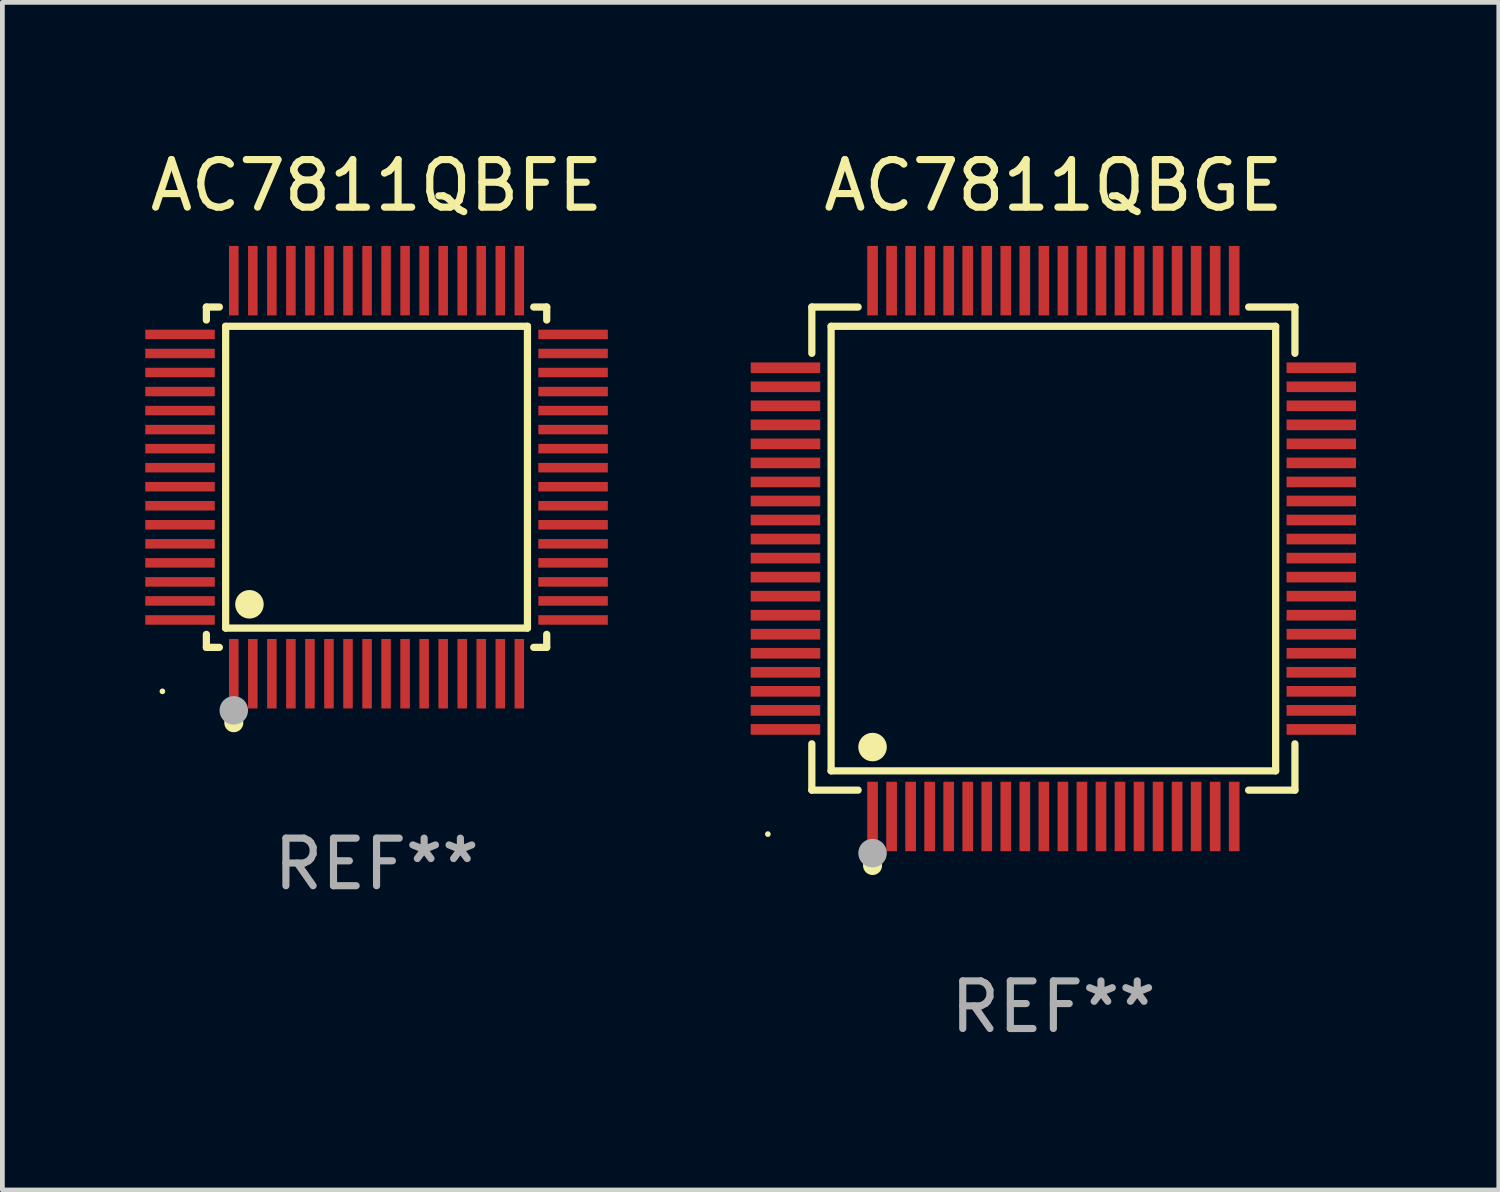
<source format=kicad_pcb>
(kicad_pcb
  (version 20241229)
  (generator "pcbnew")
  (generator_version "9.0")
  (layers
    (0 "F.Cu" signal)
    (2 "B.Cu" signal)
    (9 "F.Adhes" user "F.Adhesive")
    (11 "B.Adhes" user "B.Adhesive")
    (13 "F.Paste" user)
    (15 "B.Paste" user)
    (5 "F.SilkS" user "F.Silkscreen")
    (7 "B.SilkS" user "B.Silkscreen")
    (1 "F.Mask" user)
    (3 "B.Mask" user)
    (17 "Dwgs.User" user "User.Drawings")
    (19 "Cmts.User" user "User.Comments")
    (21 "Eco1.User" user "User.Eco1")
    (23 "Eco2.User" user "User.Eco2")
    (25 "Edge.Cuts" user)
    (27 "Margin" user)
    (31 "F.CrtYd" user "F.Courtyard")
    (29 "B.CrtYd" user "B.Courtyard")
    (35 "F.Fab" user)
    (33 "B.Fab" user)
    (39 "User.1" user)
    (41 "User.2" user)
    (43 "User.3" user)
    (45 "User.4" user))
  (footprint "AC7811QBGE"
    (layer "F.Cu")
    (at 19.086 8.478)
    (property "Reference" "AC7811QBGE" (at 0 -7.63 0) (layer "F.SilkS") (effects (font (size 1 1) (thickness 0.15))))
    (attr through_hole)
    (fp_line (start -5.076 -5.076) (end -4.103 -5.076) (stroke (width 0.152) (type solid)) (layer "F.SilkS"))
    (fp_line (start -5.076 -4.103) (end -5.076 -5.076) (stroke (width 0.152) (type solid)) (layer "F.SilkS"))
    (fp_line (start -5.076 4.103) (end -5.076 5.076) (stroke (width 0.152) (type solid)) (layer "F.SilkS"))
    (fp_line (start -5.076 5.076) (end -4.103 5.076) (stroke (width 0.152) (type solid)) (layer "F.SilkS"))
    (fp_line (start -4.671 -4.671) (end 4.671 -4.671) (stroke (width 0.152) (type solid)) (layer "F.SilkS"))
    (fp_line (start -4.671 4.671) (end -4.671 -4.671) (stroke (width 0.152) (type solid)) (layer "F.SilkS"))
    (fp_line (start 4.671 -4.671) (end 4.671 4.671) (stroke (width 0.152) (type solid)) (layer "F.SilkS"))
    (fp_line (start 4.671 4.671) (end -4.671 4.671) (stroke (width 0.152) (type solid)) (layer "F.SilkS"))
    (fp_line (start 5.076 -5.076) (end 4.103 -5.076) (stroke (width 0.152) (type solid)) (layer "F.SilkS"))
    (fp_line (start 5.076 -4.103) (end 5.076 -5.076) (stroke (width 0.152) (type solid)) (layer "F.SilkS"))
    (fp_line (start 5.076 4.103) (end 5.076 5.076) (stroke (width 0.152) (type solid)) (layer "F.SilkS"))
    (fp_line (start 5.076 5.076) (end 4.103 5.076) (stroke (width 0.152) (type solid)) (layer "F.SilkS"))
    (fp_circle (center -6 6) (end -5.97 6) (stroke (width 0.06) (type solid)) (fill no) (layer "F.SilkS"))
    (fp_circle (center -3.8 4.171) (end -3.65 4.171) (stroke (width 0.3) (type solid)) (fill no) (layer "F.SilkS"))
    (fp_circle (center -3.8 6.66) (end -3.7 6.66) (stroke (width 0.2) (type solid)) (fill no) (layer "F.SilkS"))
    (fp_circle (center -3.8 6.4) (end -3.65 6.4) (stroke (width 0.3) (type solid)) (fill no) (layer "F.Fab"))
    (fp_text user "REF**" (at 0 9.63 0) (layer "F.Fab") (effects (font (size 1 1) (thickness 0.15))))
    (pad "1" smd rect (at -3.8 5.63) (size 0.224 1.46) (layers "F.Cu" "F.Mask" "F.Paste"))
    (pad "2" smd rect (at -3.4 5.63) (size 0.224 1.46) (layers "F.Cu" "F.Mask" "F.Paste"))
    (pad "3" smd rect (at -3 5.63) (size 0.224 1.46) (layers "F.Cu" "F.Mask" "F.Paste"))
    (pad "4" smd rect (at -2.6 5.63) (size 0.224 1.46) (layers "F.Cu" "F.Mask" "F.Paste"))
    (pad "5" smd rect (at -2.2 5.63) (size 0.224 1.46) (layers "F.Cu" "F.Mask" "F.Paste"))
    (pad "6" smd rect (at -1.8 5.63) (size 0.224 1.46) (layers "F.Cu" "F.Mask" "F.Paste"))
    (pad "7" smd rect (at -1.4 5.63) (size 0.224 1.46) (layers "F.Cu" "F.Mask" "F.Paste"))
    (pad "8" smd rect (at -1 5.63) (size 0.224 1.46) (layers "F.Cu" "F.Mask" "F.Paste"))
    (pad "9" smd rect (at -0.6 5.63) (size 0.224 1.46) (layers "F.Cu" "F.Mask" "F.Paste"))
    (pad "10" smd rect (at -0.2 5.63) (size 0.224 1.46) (layers "F.Cu" "F.Mask" "F.Paste"))
    (pad "11" smd rect (at 0.2 5.63) (size 0.224 1.46) (layers "F.Cu" "F.Mask" "F.Paste"))
    (pad "12" smd rect (at 0.6 5.63) (size 0.224 1.46) (layers "F.Cu" "F.Mask" "F.Paste"))
    (pad "13" smd rect (at 1 5.63) (size 0.224 1.46) (layers "F.Cu" "F.Mask" "F.Paste"))
    (pad "14" smd rect (at 1.4 5.63) (size 0.224 1.46) (layers "F.Cu" "F.Mask" "F.Paste"))
    (pad "15" smd rect (at 1.8 5.63) (size 0.224 1.46) (layers "F.Cu" "F.Mask" "F.Paste"))
    (pad "16" smd rect (at 2.2 5.63) (size 0.224 1.46) (layers "F.Cu" "F.Mask" "F.Paste"))
    (pad "17" smd rect (at 2.6 5.63) (size 0.224 1.46) (layers "F.Cu" "F.Mask" "F.Paste"))
    (pad "18" smd rect (at 3 5.63) (size 0.224 1.46) (layers "F.Cu" "F.Mask" "F.Paste"))
    (pad "19" smd rect (at 3.4 5.63) (size 0.224 1.46) (layers "F.Cu" "F.Mask" "F.Paste"))
    (pad "20" smd rect (at 3.8 5.63) (size 0.224 1.46) (layers "F.Cu" "F.Mask" "F.Paste"))
    (pad "21" smd rect (at 5.63 3.8) (size 1.46 0.224) (layers "F.Cu" "F.Mask" "F.Paste"))
    (pad "22" smd rect (at 5.63 3.4) (size 1.46 0.224) (layers "F.Cu" "F.Mask" "F.Paste"))
    (pad "23" smd rect (at 5.63 3) (size 1.46 0.224) (layers "F.Cu" "F.Mask" "F.Paste"))
    (pad "24" smd rect (at 5.63 2.6) (size 1.46 0.224) (layers "F.Cu" "F.Mask" "F.Paste"))
    (pad "25" smd rect (at 5.63 2.2) (size 1.46 0.224) (layers "F.Cu" "F.Mask" "F.Paste"))
    (pad "26" smd rect (at 5.63 1.8) (size 1.46 0.224) (layers "F.Cu" "F.Mask" "F.Paste"))
    (pad "27" smd rect (at 5.63 1.4) (size 1.46 0.224) (layers "F.Cu" "F.Mask" "F.Paste"))
    (pad "28" smd rect (at 5.63 1) (size 1.46 0.224) (layers "F.Cu" "F.Mask" "F.Paste"))
    (pad "29" smd rect (at 5.63 0.6) (size 1.46 0.224) (layers "F.Cu" "F.Mask" "F.Paste"))
    (pad "30" smd rect (at 5.63 0.2) (size 1.46 0.224) (layers "F.Cu" "F.Mask" "F.Paste"))
    (pad "31" smd rect (at 5.63 -0.2) (size 1.46 0.224) (layers "F.Cu" "F.Mask" "F.Paste"))
    (pad "32" smd rect (at 5.63 -0.6) (size 1.46 0.224) (layers "F.Cu" "F.Mask" "F.Paste"))
    (pad "33" smd rect (at 5.63 -1) (size 1.46 0.224) (layers "F.Cu" "F.Mask" "F.Paste"))
    (pad "34" smd rect (at 5.63 -1.4) (size 1.46 0.224) (layers "F.Cu" "F.Mask" "F.Paste"))
    (pad "35" smd rect (at 5.63 -1.8) (size 1.46 0.224) (layers "F.Cu" "F.Mask" "F.Paste"))
    (pad "36" smd rect (at 5.63 -2.2) (size 1.46 0.224) (layers "F.Cu" "F.Mask" "F.Paste"))
    (pad "37" smd rect (at 5.63 -2.6) (size 1.46 0.224) (layers "F.Cu" "F.Mask" "F.Paste"))
    (pad "38" smd rect (at 5.63 -3) (size 1.46 0.224) (layers "F.Cu" "F.Mask" "F.Paste"))
    (pad "39" smd rect (at 5.63 -3.4) (size 1.46 0.224) (layers "F.Cu" "F.Mask" "F.Paste"))
    (pad "40" smd rect (at 5.63 -3.8) (size 1.46 0.224) (layers "F.Cu" "F.Mask" "F.Paste"))
    (pad "41" smd rect (at 3.8 -5.63) (size 0.224 1.46) (layers "F.Cu" "F.Mask" "F.Paste"))
    (pad "42" smd rect (at 3.4 -5.63) (size 0.224 1.46) (layers "F.Cu" "F.Mask" "F.Paste"))
    (pad "43" smd rect (at 3 -5.63) (size 0.224 1.46) (layers "F.Cu" "F.Mask" "F.Paste"))
    (pad "44" smd rect (at 2.6 -5.63) (size 0.224 1.46) (layers "F.Cu" "F.Mask" "F.Paste"))
    (pad "45" smd rect (at 2.2 -5.63) (size 0.224 1.46) (layers "F.Cu" "F.Mask" "F.Paste"))
    (pad "46" smd rect (at 1.8 -5.63) (size 0.224 1.46) (layers "F.Cu" "F.Mask" "F.Paste"))
    (pad "47" smd rect (at 1.4 -5.63) (size 0.224 1.46) (layers "F.Cu" "F.Mask" "F.Paste"))
    (pad "48" smd rect (at 1 -5.63) (size 0.224 1.46) (layers "F.Cu" "F.Mask" "F.Paste"))
    (pad "49" smd rect (at 0.6 -5.63) (size 0.224 1.46) (layers "F.Cu" "F.Mask" "F.Paste"))
    (pad "50" smd rect (at 0.2 -5.63) (size 0.224 1.46) (layers "F.Cu" "F.Mask" "F.Paste"))
    (pad "51" smd rect (at -0.2 -5.63) (size 0.224 1.46) (layers "F.Cu" "F.Mask" "F.Paste"))
    (pad "52" smd rect (at -0.6 -5.63) (size 0.224 1.46) (layers "F.Cu" "F.Mask" "F.Paste"))
    (pad "53" smd rect (at -1 -5.63) (size 0.224 1.46) (layers "F.Cu" "F.Mask" "F.Paste"))
    (pad "54" smd rect (at -1.4 -5.63) (size 0.224 1.46) (layers "F.Cu" "F.Mask" "F.Paste"))
    (pad "55" smd rect (at -1.8 -5.63) (size 0.224 1.46) (layers "F.Cu" "F.Mask" "F.Paste"))
    (pad "56" smd rect (at -2.2 -5.63) (size 0.224 1.46) (layers "F.Cu" "F.Mask" "F.Paste"))
    (pad "57" smd rect (at -2.6 -5.63) (size 0.224 1.46) (layers "F.Cu" "F.Mask" "F.Paste"))
    (pad "58" smd rect (at -3 -5.63) (size 0.224 1.46) (layers "F.Cu" "F.Mask" "F.Paste"))
    (pad "59" smd rect (at -3.4 -5.63) (size 0.224 1.46) (layers "F.Cu" "F.Mask" "F.Paste"))
    (pad "60" smd rect (at -3.8 -5.63) (size 0.224 1.46) (layers "F.Cu" "F.Mask" "F.Paste"))
    (pad "61" smd rect (at -5.63 -3.8) (size 1.46 0.224) (layers "F.Cu" "F.Mask" "F.Paste"))
    (pad "62" smd rect (at -5.63 -3.4) (size 1.46 0.224) (layers "F.Cu" "F.Mask" "F.Paste"))
    (pad "63" smd rect (at -5.63 -3) (size 1.46 0.224) (layers "F.Cu" "F.Mask" "F.Paste"))
    (pad "64" smd rect (at -5.63 -2.6) (size 1.46 0.224) (layers "F.Cu" "F.Mask" "F.Paste"))
    (pad "65" smd rect (at -5.63 -2.2) (size 1.46 0.224) (layers "F.Cu" "F.Mask" "F.Paste"))
    (pad "66" smd rect (at -5.63 -1.8) (size 1.46 0.224) (layers "F.Cu" "F.Mask" "F.Paste"))
    (pad "67" smd rect (at -5.63 -1.4) (size 1.46 0.224) (layers "F.Cu" "F.Mask" "F.Paste"))
    (pad "68" smd rect (at -5.63 -1) (size 1.46 0.224) (layers "F.Cu" "F.Mask" "F.Paste"))
    (pad "69" smd rect (at -5.63 -0.6) (size 1.46 0.224) (layers "F.Cu" "F.Mask" "F.Paste"))
    (pad "70" smd rect (at -5.63 -0.2) (size 1.46 0.224) (layers "F.Cu" "F.Mask" "F.Paste"))
    (pad "71" smd rect (at -5.63 0.2) (size 1.46 0.224) (layers "F.Cu" "F.Mask" "F.Paste"))
    (pad "72" smd rect (at -5.63 0.6) (size 1.46 0.224) (layers "F.Cu" "F.Mask" "F.Paste"))
    (pad "73" smd rect (at -5.63 1) (size 1.46 0.224) (layers "F.Cu" "F.Mask" "F.Paste"))
    (pad "74" smd rect (at -5.63 1.4) (size 1.46 0.224) (layers "F.Cu" "F.Mask" "F.Paste"))
    (pad "75" smd rect (at -5.63 1.8) (size 1.46 0.224) (layers "F.Cu" "F.Mask" "F.Paste"))
    (pad "76" smd rect (at -5.63 2.2) (size 1.46 0.224) (layers "F.Cu" "F.Mask" "F.Paste"))
    (pad "77" smd rect (at -5.63 2.6) (size 1.46 0.224) (layers "F.Cu" "F.Mask" "F.Paste"))
    (pad "78" smd rect (at -5.63 3) (size 1.46 0.224) (layers "F.Cu" "F.Mask" "F.Paste"))
    (pad "79" smd rect (at -5.63 3.4) (size 1.46 0.224) (layers "F.Cu" "F.Mask" "F.Paste"))
    (pad "80" smd rect (at -5.63 3.8) (size 1.46 0.224) (layers "F.Cu" "F.Mask" "F.Paste")))
  (footprint "AC7811QBFE"
    (layer "F.Cu")
    (at 4.863 6.978)
    (property "Reference" "AC7811QBFE" (at 0 -6.13 0) (layer "F.SilkS") (effects (font (size 1 1) (thickness 0.15))))
    (attr through_hole)
    (fp_line (start -3.576 -3.576) (end -3.303 -3.576) (stroke (width 0.152) (type solid)) (layer "F.SilkS"))
    (fp_line (start -3.576 -3.303) (end -3.576 -3.576) (stroke (width 0.152) (type solid)) (layer "F.SilkS"))
    (fp_line (start -3.576 3.303) (end -3.576 3.576) (stroke (width 0.152) (type solid)) (layer "F.SilkS"))
    (fp_line (start -3.576 3.576) (end -3.303 3.576) (stroke (width 0.152) (type solid)) (layer "F.SilkS"))
    (fp_line (start -3.171 -3.171) (end 3.171 -3.171) (stroke (width 0.152) (type solid)) (layer "F.SilkS"))
    (fp_line (start -3.171 3.171) (end -3.171 -3.171) (stroke (width 0.152) (type solid)) (layer "F.SilkS"))
    (fp_line (start 3.171 -3.171) (end 3.171 3.171) (stroke (width 0.152) (type solid)) (layer "F.SilkS"))
    (fp_line (start 3.171 3.171) (end -3.171 3.171) (stroke (width 0.152) (type solid)) (layer "F.SilkS"))
    (fp_line (start 3.576 -3.576) (end 3.303 -3.576) (stroke (width 0.152) (type solid)) (layer "F.SilkS"))
    (fp_line (start 3.576 -3.303) (end 3.576 -3.576) (stroke (width 0.152) (type solid)) (layer "F.SilkS"))
    (fp_line (start 3.576 3.303) (end 3.576 3.576) (stroke (width 0.152) (type solid)) (layer "F.SilkS"))
    (fp_line (start 3.576 3.576) (end 3.303 3.576) (stroke (width 0.152) (type solid)) (layer "F.SilkS"))
    (fp_circle (center -4.5 4.5) (end -4.47 4.5) (stroke (width 0.06) (type solid)) (fill no) (layer "F.SilkS"))
    (fp_circle (center -3 5.16) (end -2.9 5.16) (stroke (width 0.2) (type solid)) (fill no) (layer "F.SilkS"))
    (fp_circle (center -2.671 2.671) (end -2.521 2.671) (stroke (width 0.3) (type solid)) (fill no) (layer "F.SilkS"))
    (fp_circle (center -3 4.9) (end -2.85 4.9) (stroke (width 0.3) (type solid)) (fill no) (layer "F.Fab"))
    (fp_text user "REF**" (at 0 8.13 0) (layer "F.Fab") (effects (font (size 1 1) (thickness 0.15))))
    (pad "1" smd rect (at -3 4.13) (size 0.2 1.46) (layers "F.Cu" "F.Mask" "F.Paste"))
    (pad "2" smd rect (at -2.6 4.13) (size 0.2 1.46) (layers "F.Cu" "F.Mask" "F.Paste"))
    (pad "3" smd rect (at -2.2 4.13) (size 0.2 1.46) (layers "F.Cu" "F.Mask" "F.Paste"))
    (pad "4" smd rect (at -1.8 4.13) (size 0.2 1.46) (layers "F.Cu" "F.Mask" "F.Paste"))
    (pad "5" smd rect (at -1.4 4.13) (size 0.2 1.46) (layers "F.Cu" "F.Mask" "F.Paste"))
    (pad "6" smd rect (at -1 4.13) (size 0.2 1.46) (layers "F.Cu" "F.Mask" "F.Paste"))
    (pad "7" smd rect (at -0.6 4.13) (size 0.2 1.46) (layers "F.Cu" "F.Mask" "F.Paste"))
    (pad "8" smd rect (at -0.2 4.13) (size 0.2 1.46) (layers "F.Cu" "F.Mask" "F.Paste"))
    (pad "9" smd rect (at 0.2 4.13) (size 0.2 1.46) (layers "F.Cu" "F.Mask" "F.Paste"))
    (pad "10" smd rect (at 0.6 4.13) (size 0.2 1.46) (layers "F.Cu" "F.Mask" "F.Paste"))
    (pad "11" smd rect (at 1 4.13) (size 0.2 1.46) (layers "F.Cu" "F.Mask" "F.Paste"))
    (pad "12" smd rect (at 1.4 4.13) (size 0.2 1.46) (layers "F.Cu" "F.Mask" "F.Paste"))
    (pad "13" smd rect (at 1.8 4.13) (size 0.2 1.46) (layers "F.Cu" "F.Mask" "F.Paste"))
    (pad "14" smd rect (at 2.2 4.13) (size 0.2 1.46) (layers "F.Cu" "F.Mask" "F.Paste"))
    (pad "15" smd rect (at 2.6 4.13) (size 0.2 1.46) (layers "F.Cu" "F.Mask" "F.Paste"))
    (pad "16" smd rect (at 3 4.13) (size 0.2 1.46) (layers "F.Cu" "F.Mask" "F.Paste"))
    (pad "17" smd rect (at 4.13 3) (size 1.46 0.2) (layers "F.Cu" "F.Mask" "F.Paste"))
    (pad "18" smd rect (at 4.13 2.6) (size 1.46 0.2) (layers "F.Cu" "F.Mask" "F.Paste"))
    (pad "19" smd rect (at 4.13 2.2) (size 1.46 0.2) (layers "F.Cu" "F.Mask" "F.Paste"))
    (pad "20" smd rect (at 4.13 1.8) (size 1.46 0.2) (layers "F.Cu" "F.Mask" "F.Paste"))
    (pad "21" smd rect (at 4.13 1.4) (size 1.46 0.2) (layers "F.Cu" "F.Mask" "F.Paste"))
    (pad "22" smd rect (at 4.13 1) (size 1.46 0.2) (layers "F.Cu" "F.Mask" "F.Paste"))
    (pad "23" smd rect (at 4.13 0.6) (size 1.46 0.2) (layers "F.Cu" "F.Mask" "F.Paste"))
    (pad "24" smd rect (at 4.13 0.2) (size 1.46 0.2) (layers "F.Cu" "F.Mask" "F.Paste"))
    (pad "25" smd rect (at 4.13 -0.2) (size 1.46 0.2) (layers "F.Cu" "F.Mask" "F.Paste"))
    (pad "26" smd rect (at 4.13 -0.6) (size 1.46 0.2) (layers "F.Cu" "F.Mask" "F.Paste"))
    (pad "27" smd rect (at 4.13 -1) (size 1.46 0.2) (layers "F.Cu" "F.Mask" "F.Paste"))
    (pad "28" smd rect (at 4.13 -1.4) (size 1.46 0.2) (layers "F.Cu" "F.Mask" "F.Paste"))
    (pad "29" smd rect (at 4.13 -1.8) (size 1.46 0.2) (layers "F.Cu" "F.Mask" "F.Paste"))
    (pad "30" smd rect (at 4.13 -2.2) (size 1.46 0.2) (layers "F.Cu" "F.Mask" "F.Paste"))
    (pad "31" smd rect (at 4.13 -2.6) (size 1.46 0.2) (layers "F.Cu" "F.Mask" "F.Paste"))
    (pad "32" smd rect (at 4.13 -3) (size 1.46 0.2) (layers "F.Cu" "F.Mask" "F.Paste"))
    (pad "33" smd rect (at 3 -4.13) (size 0.2 1.46) (layers "F.Cu" "F.Mask" "F.Paste"))
    (pad "34" smd rect (at 2.6 -4.13) (size 0.2 1.46) (layers "F.Cu" "F.Mask" "F.Paste"))
    (pad "35" smd rect (at 2.2 -4.13) (size 0.2 1.46) (layers "F.Cu" "F.Mask" "F.Paste"))
    (pad "36" smd rect (at 1.8 -4.13) (size 0.2 1.46) (layers "F.Cu" "F.Mask" "F.Paste"))
    (pad "37" smd rect (at 1.4 -4.13) (size 0.2 1.46) (layers "F.Cu" "F.Mask" "F.Paste"))
    (pad "38" smd rect (at 1 -4.13) (size 0.2 1.46) (layers "F.Cu" "F.Mask" "F.Paste"))
    (pad "39" smd rect (at 0.6 -4.13) (size 0.2 1.46) (layers "F.Cu" "F.Mask" "F.Paste"))
    (pad "40" smd rect (at 0.2 -4.13) (size 0.2 1.46) (layers "F.Cu" "F.Mask" "F.Paste"))
    (pad "41" smd rect (at -0.2 -4.13) (size 0.2 1.46) (layers "F.Cu" "F.Mask" "F.Paste"))
    (pad "42" smd rect (at -0.6 -4.13) (size 0.2 1.46) (layers "F.Cu" "F.Mask" "F.Paste"))
    (pad "43" smd rect (at -1 -4.13) (size 0.2 1.46) (layers "F.Cu" "F.Mask" "F.Paste"))
    (pad "44" smd rect (at -1.4 -4.13) (size 0.2 1.46) (layers "F.Cu" "F.Mask" "F.Paste"))
    (pad "45" smd rect (at -1.8 -4.13) (size 0.2 1.46) (layers "F.Cu" "F.Mask" "F.Paste"))
    (pad "46" smd rect (at -2.2 -4.13) (size 0.2 1.46) (layers "F.Cu" "F.Mask" "F.Paste"))
    (pad "47" smd rect (at -2.6 -4.13) (size 0.2 1.46) (layers "F.Cu" "F.Mask" "F.Paste"))
    (pad "48" smd rect (at -3 -4.13) (size 0.2 1.46) (layers "F.Cu" "F.Mask" "F.Paste"))
    (pad "49" smd rect (at -4.13 -3) (size 1.46 0.2) (layers "F.Cu" "F.Mask" "F.Paste"))
    (pad "50" smd rect (at -4.13 -2.6) (size 1.46 0.2) (layers "F.Cu" "F.Mask" "F.Paste"))
    (pad "51" smd rect (at -4.13 -2.2) (size 1.46 0.2) (layers "F.Cu" "F.Mask" "F.Paste"))
    (pad "52" smd rect (at -4.13 -1.8) (size 1.46 0.2) (layers "F.Cu" "F.Mask" "F.Paste"))
    (pad "53" smd rect (at -4.13 -1.4) (size 1.46 0.2) (layers "F.Cu" "F.Mask" "F.Paste"))
    (pad "54" smd rect (at -4.13 -1) (size 1.46 0.2) (layers "F.Cu" "F.Mask" "F.Paste"))
    (pad "55" smd rect (at -4.13 -0.6) (size 1.46 0.2) (layers "F.Cu" "F.Mask" "F.Paste"))
    (pad "56" smd rect (at -4.13 -0.2) (size 1.46 0.2) (layers "F.Cu" "F.Mask" "F.Paste"))
    (pad "57" smd rect (at -4.13 0.2) (size 1.46 0.2) (layers "F.Cu" "F.Mask" "F.Paste"))
    (pad "58" smd rect (at -4.13 0.6) (size 1.46 0.2) (layers "F.Cu" "F.Mask" "F.Paste"))
    (pad "59" smd rect (at -4.13 1) (size 1.46 0.2) (layers "F.Cu" "F.Mask" "F.Paste"))
    (pad "60" smd rect (at -4.13 1.4) (size 1.46 0.2) (layers "F.Cu" "F.Mask" "F.Paste"))
    (pad "61" smd rect (at -4.13 1.8) (size 1.46 0.2) (layers "F.Cu" "F.Mask" "F.Paste"))
    (pad "62" smd rect (at -4.13 2.2) (size 1.46 0.2) (layers "F.Cu" "F.Mask" "F.Paste"))
    (pad "63" smd rect (at -4.13 2.6) (size 1.46 0.2) (layers "F.Cu" "F.Mask" "F.Paste"))
    (pad "64" smd rect (at -4.13 3) (size 1.46 0.2) (layers "F.Cu" "F.Mask" "F.Paste")))
  (gr_rect
    (start -3 -3)
    (end 28.446 21.956)
    (stroke (width 0.1) (type default))
    (fill no)
    (layer "Edge.Cuts")))
</source>
